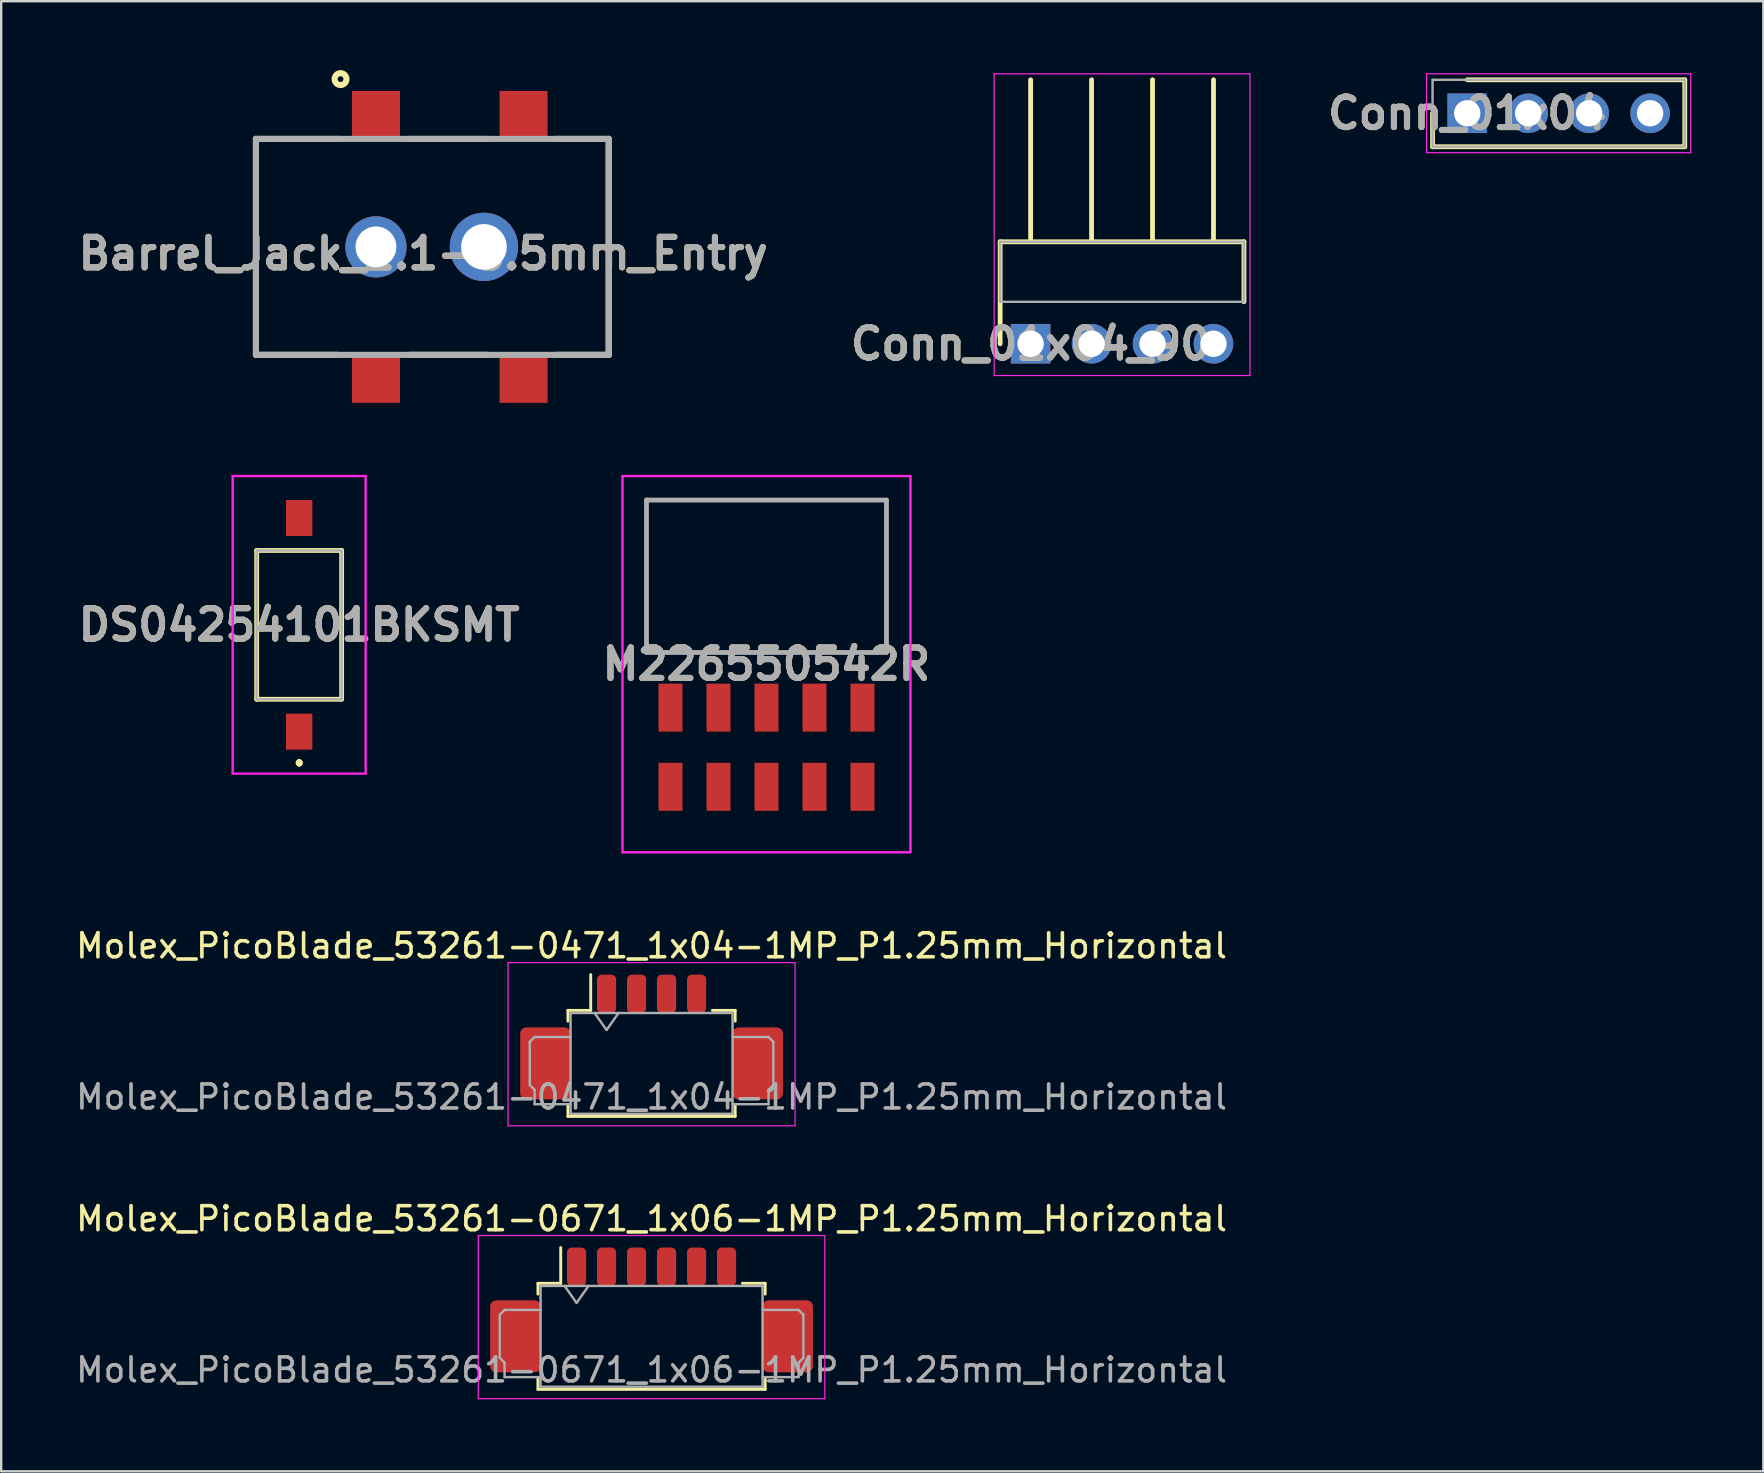
<source format=kicad_pcb>
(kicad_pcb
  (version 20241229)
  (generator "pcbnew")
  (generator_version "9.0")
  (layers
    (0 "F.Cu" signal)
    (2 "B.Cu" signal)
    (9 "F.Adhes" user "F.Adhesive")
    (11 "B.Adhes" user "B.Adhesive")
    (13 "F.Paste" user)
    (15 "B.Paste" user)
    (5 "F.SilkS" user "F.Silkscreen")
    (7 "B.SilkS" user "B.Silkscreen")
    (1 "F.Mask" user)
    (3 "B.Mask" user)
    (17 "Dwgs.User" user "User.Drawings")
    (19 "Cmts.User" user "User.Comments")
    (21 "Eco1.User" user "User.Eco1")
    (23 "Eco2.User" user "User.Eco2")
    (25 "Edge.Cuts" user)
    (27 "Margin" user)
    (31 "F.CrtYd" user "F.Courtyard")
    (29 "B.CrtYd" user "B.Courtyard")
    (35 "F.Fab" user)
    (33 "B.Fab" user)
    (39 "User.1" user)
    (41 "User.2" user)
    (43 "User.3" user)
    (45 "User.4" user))
  (footprint "Barrel_Jack_2.1-5.5mm_Entry"
    (layer "F.Cu")
    (at 7.616 11.738)
    (property "Reference" "Barrel_Jack_2.1-5.5mm_Entry" (at 6.971 -4.222 0) (layer "F.SilkS") (effects (font (size 1.27 1.27) (thickness 0.254))))
    (attr through_hole)
    (fp_line (start 0 -9) (end 3.503 -9) (stroke (width 0.254) (type solid)) (layer "F.SilkS"))
    (fp_line (start 0 0) (end 0 -9) (stroke (width 0.254) (type solid)) (layer "F.SilkS"))
    (fp_line (start 0 0) (end 3.391 0) (stroke (width 0.254) (type solid)) (layer "F.SilkS"))
    (fp_line (start 6.364 -9) (end 9.61 -9) (stroke (width 0.254) (type solid)) (layer "F.SilkS"))
    (fp_line (start 6.415 0) (end 9.661 0) (stroke (width 0.254) (type solid)) (layer "F.SilkS"))
    (fp_line (start 14.7 -9) (end 12.484 -9) (stroke (width 0.254) (type solid)) (layer "F.SilkS"))
    (fp_line (start 14.7 0) (end 12.507 0) (stroke (width 0.254) (type solid)) (layer "F.SilkS"))
    (fp_line (start 14.7 0) (end 14.7 -9) (stroke (width 0.254) (type solid)) (layer "F.SilkS"))
    (fp_circle (center 3.525 -11.492) (end 3.525 -11.372) (stroke (width 0.254) (type solid)) (fill no) (layer "F.SilkS"))
    (fp_line (start 0 -9) (end 14.7 -9) (stroke (width 0.254) (type solid)) (layer "F.Fab"))
    (fp_line (start 0 0) (end 0 -9) (stroke (width 0.254) (type solid)) (layer "F.Fab"))
    (fp_line (start 14.7 -9) (end 14.7 0) (stroke (width 0.254) (type solid)) (layer "F.Fab"))
    (fp_line (start 14.7 0) (end 0 0) (stroke (width 0.254) (type solid)) (layer "F.Fab"))
    (fp_text user "${REFERENCE}" (at 6.971 -4.222 0) (layer "F.Fab") (effects (font (size 1.27 1.27) (thickness 0.254))))
    (pad "1" smd rect (at 5 -10 90) (size 2 2) (layers "F.Cu" "F.Mask" "F.Paste"))
    (pad "2" smd rect (at 11.15 -10 90) (size 2 2) (layers "F.Cu" "F.Mask" "F.Paste"))
    (pad "3" smd rect (at 5 1 90) (size 2 2) (layers "F.Cu" "F.Mask" "F.Paste"))
    (pad "4" smd rect (at 11.15 1 90) (size 2 2) (layers "F.Cu" "F.Mask" "F.Paste"))
    (pad "5" thru_hole circle (at 5 -4.5) (size 2.55 2.55) (drill 1.7) (layers "*.Cu" "*.Mask"))
    (pad "6" thru_hole circle (at 9.5 -4.5) (size 2.85 2.85) (drill 1.9) (layers "*.Cu" "*.Mask")))
  (footprint "Conn_01x04_90"
    (layer "F.Cu")
    (at 39.897 11.275)
    (property "Reference" "Conn_01x04_90" (at 0 0 0) (layer "F.SilkS") (effects (font (size 1.27 1.27) (thickness 0.254))))
    (attr through_hole)
    (fp_line (start -1.27 -4.25) (end 8.89 -4.25) (stroke (width 0.2) (type solid)) (layer "F.SilkS"))
    (fp_line (start -1.27 0) (end -1.27 -4.25) (stroke (width 0.2) (type solid)) (layer "F.SilkS"))
    (fp_line (start 0 -4.25) (end 0 -11) (stroke (width 0.2) (type solid)) (layer "F.SilkS"))
    (fp_line (start 2.54 -4.25) (end 2.54 -11) (stroke (width 0.2) (type solid)) (layer "F.SilkS"))
    (fp_line (start 5.08 -4.25) (end 5.08 -11) (stroke (width 0.2) (type solid)) (layer "F.SilkS"))
    (fp_line (start 7.62 -4.25) (end 7.62 -11) (stroke (width 0.2) (type solid)) (layer "F.SilkS"))
    (fp_line (start 8.89 -4.25) (end 8.89 -1.75) (stroke (width 0.2) (type solid)) (layer "F.SilkS"))
    (fp_line (start -1.52 -11.25) (end -1.52 1.325) (stroke (width 0.05) (type solid)) (layer "F.CrtYd"))
    (fp_line (start -1.52 1.325) (end 9.14 1.325) (stroke (width 0.05) (type solid)) (layer "F.CrtYd"))
    (fp_line (start 9.14 -11.25) (end -1.52 -11.25) (stroke (width 0.05) (type solid)) (layer "F.CrtYd"))
    (fp_line (start 9.14 1.325) (end 9.14 -11.25) (stroke (width 0.05) (type solid)) (layer "F.CrtYd"))
    (fp_line (start -1.27 -4.25) (end 8.89 -4.25) (stroke (width 0.1) (type solid)) (layer "F.Fab"))
    (fp_line (start -1.27 -1.75) (end -1.27 -4.25) (stroke (width 0.1) (type solid)) (layer "F.Fab"))
    (fp_line (start 8.89 -4.25) (end 8.89 -1.75) (stroke (width 0.1) (type solid)) (layer "F.Fab"))
    (fp_line (start 8.89 -1.75) (end -1.27 -1.75) (stroke (width 0.1) (type solid)) (layer "F.Fab"))
    (fp_text user "${REFERENCE}" (at 0 0 0) (layer "F.Fab") (effects (font (size 1.27 1.27) (thickness 0.254))))
    (pad "1" thru_hole rect (at 0 0) (size 1.65 1.65) (drill 1.1) (layers "*.Cu" "*.Mask"))
    (pad "2" thru_hole circle (at 2.54 0) (size 1.65 1.65) (drill 1.1) (layers "*.Cu" "*.Mask"))
    (pad "3" thru_hole circle (at 5.08 0) (size 1.65 1.65) (drill 1.1) (layers "*.Cu" "*.Mask"))
    (pad "4" thru_hole circle (at 7.62 0) (size 1.65 1.65) (drill 1.1) (layers "*.Cu" "*.Mask")))
  (footprint "Conn_01x04"
    (layer "F.Cu")
    (at 58.091 1.67)
    (property "Reference" "Conn_01x04" (at 0 0 0) (layer "F.SilkS") (effects (font (size 1.27 1.27) (thickness 0.254))))
    (attr through_hole)
    (fp_line (start -1.445 0) (end -1.445 1.395) (stroke (width 0.2) (type solid)) (layer "F.SilkS"))
    (fp_line (start -1.445 1.395) (end 9.065 1.395) (stroke (width 0.2) (type solid)) (layer "F.SilkS"))
    (fp_line (start 9.065 -1.395) (end 0 -1.395) (stroke (width 0.2) (type solid)) (layer "F.SilkS"))
    (fp_line (start 9.065 1.395) (end 9.065 -1.395) (stroke (width 0.2) (type solid)) (layer "F.SilkS"))
    (fp_line (start -1.695 -1.645) (end 9.315 -1.645) (stroke (width 0.05) (type solid)) (layer "F.CrtYd"))
    (fp_line (start -1.695 1.645) (end -1.695 -1.645) (stroke (width 0.05) (type solid)) (layer "F.CrtYd"))
    (fp_line (start 9.315 -1.645) (end 9.315 1.645) (stroke (width 0.05) (type solid)) (layer "F.CrtYd"))
    (fp_line (start 9.315 1.645) (end -1.695 1.645) (stroke (width 0.05) (type solid)) (layer "F.CrtYd"))
    (fp_line (start -1.445 -1.395) (end 9.065 -1.395) (stroke (width 0.1) (type solid)) (layer "F.Fab"))
    (fp_line (start -1.445 1.395) (end -1.445 -1.395) (stroke (width 0.1) (type solid)) (layer "F.Fab"))
    (fp_line (start 9.065 -1.395) (end 9.065 1.395) (stroke (width 0.1) (type solid)) (layer "F.Fab"))
    (fp_line (start 9.065 1.395) (end -1.445 1.395) (stroke (width 0.1) (type solid)) (layer "F.Fab"))
    (fp_text user "${REFERENCE}" (at 0 0 0) (layer "F.Fab") (effects (font (size 1.27 1.27) (thickness 0.254))))
    (pad "1" thru_hole rect (at 0 0) (size 1.65 1.65) (drill 1.1) (layers "*.Cu" "*.Mask"))
    (pad "2" thru_hole circle (at 2.54 0) (size 1.65 1.65) (drill 1.1) (layers "*.Cu" "*.Mask"))
    (pad "3" thru_hole circle (at 5.08 0) (size 1.65 1.65) (drill 1.1) (layers "*.Cu" "*.Mask"))
    (pad "4" thru_hole circle (at 7.62 0) (size 1.65 1.65) (drill 1.1) (layers "*.Cu" "*.Mask")))
  (footprint "Molex_PicoBlade_53261-0471_1x04-1MP_P1.25mm_Horizontal"
    (layer "F.Cu")
    (at 24.101 40.763)
    (property "Reference" "Molex_PicoBlade_53261-0471_1x04-1MP_P1.25mm_Horizontal" (at 0 -4.4 0) (layer "F.SilkS") (effects (font (size 1 1) (thickness 0.15))))
    (attr smd)
    (fp_line (start -3.485 -1.71) (end -2.535 -1.71) (stroke (width 0.12) (type solid)) (layer "F.SilkS"))
    (fp_line (start -3.485 -1.26) (end -3.485 -1.71) (stroke (width 0.12) (type solid)) (layer "F.SilkS"))
    (fp_line (start -3.485 2.26) (end -3.485 2.71) (stroke (width 0.12) (type solid)) (layer "F.SilkS"))
    (fp_line (start -3.485 2.71) (end 3.485 2.71) (stroke (width 0.12) (type solid)) (layer "F.SilkS"))
    (fp_line (start -2.535 -1.71) (end -2.535 -3.2) (stroke (width 0.12) (type solid)) (layer "F.SilkS"))
    (fp_line (start 3.485 -1.71) (end 2.535 -1.71) (stroke (width 0.12) (type solid)) (layer "F.SilkS"))
    (fp_line (start 3.485 -1.26) (end 3.485 -1.71) (stroke (width 0.12) (type solid)) (layer "F.SilkS"))
    (fp_line (start 3.485 2.71) (end 3.485 2.26) (stroke (width 0.12) (type solid)) (layer "F.SilkS"))
    (fp_line (start -5.98 -3.7) (end -5.98 3.1) (stroke (width 0.05) (type solid)) (layer "F.CrtYd"))
    (fp_line (start -5.98 3.1) (end 5.98 3.1) (stroke (width 0.05) (type solid)) (layer "F.CrtYd"))
    (fp_line (start 5.98 -3.7) (end -5.98 -3.7) (stroke (width 0.05) (type solid)) (layer "F.CrtYd"))
    (fp_line (start 5.98 3.1) (end 5.98 -3.7) (stroke (width 0.05) (type solid)) (layer "F.CrtYd"))
    (fp_line (start -5.075 -0.4) (end -5.075 1.4) (stroke (width 0.1) (type solid)) (layer "F.Fab"))
    (fp_line (start -5.075 1.4) (end -4.875 1.6) (stroke (width 0.1) (type solid)) (layer "F.Fab"))
    (fp_line (start -4.875 -0.6) (end -5.075 -0.4) (stroke (width 0.1) (type solid)) (layer "F.Fab"))
    (fp_line (start -4.875 1.6) (end -4.875 2.2) (stroke (width 0.1) (type solid)) (layer "F.Fab"))
    (fp_line (start -4.875 2.2) (end -3.375 2.2) (stroke (width 0.1) (type solid)) (layer "F.Fab"))
    (fp_line (start -3.375 -1.6) (end -3.375 2.6) (stroke (width 0.1) (type solid)) (layer "F.Fab"))
    (fp_line (start -3.375 -1.6) (end 3.375 -1.6) (stroke (width 0.1) (type solid)) (layer "F.Fab"))
    (fp_line (start -3.375 -0.6) (end -4.875 -0.6) (stroke (width 0.1) (type solid)) (layer "F.Fab"))
    (fp_line (start -3.375 2.6) (end 3.375 2.6) (stroke (width 0.1) (type solid)) (layer "F.Fab"))
    (fp_line (start -2.375 -1.6) (end -1.875 -0.893) (stroke (width 0.1) (type solid)) (layer "F.Fab"))
    (fp_line (start -1.875 -0.893) (end -1.375 -1.6) (stroke (width 0.1) (type solid)) (layer "F.Fab"))
    (fp_line (start 3.375 -1.6) (end 3.375 2.6) (stroke (width 0.1) (type solid)) (layer "F.Fab"))
    (fp_line (start 3.375 -0.6) (end 4.875 -0.6) (stroke (width 0.1) (type solid)) (layer "F.Fab"))
    (fp_line (start 4.875 -0.6) (end 5.075 -0.4) (stroke (width 0.1) (type solid)) (layer "F.Fab"))
    (fp_line (start 4.875 1.6) (end 4.875 2.2) (stroke (width 0.1) (type solid)) (layer "F.Fab"))
    (fp_line (start 4.875 2.2) (end 3.375 2.2) (stroke (width 0.1) (type solid)) (layer "F.Fab"))
    (fp_line (start 5.075 -0.4) (end 5.075 1.4) (stroke (width 0.1) (type solid)) (layer "F.Fab"))
    (fp_line (start 5.075 1.4) (end 4.875 1.6) (stroke (width 0.1) (type solid)) (layer "F.Fab"))
    (fp_text user "${REFERENCE}" (at 0 1.9 0) (layer "F.Fab") (effects (font (size 1 1) (thickness 0.15))))
    (pad "1" smd roundrect (at -1.875 -2.4) (size 0.8 1.6) (layers "F.Cu" "F.Mask" "F.Paste") (roundrect_rratio 0.25))
    (pad "2" smd roundrect (at -0.625 -2.4) (size 0.8 1.6) (layers "F.Cu" "F.Mask" "F.Paste") (roundrect_rratio 0.25))
    (pad "3" smd roundrect (at 0.625 -2.4) (size 0.8 1.6) (layers "F.Cu" "F.Mask" "F.Paste") (roundrect_rratio 0.25))
    (pad "4" smd roundrect (at 1.875 -2.4) (size 0.8 1.6) (layers "F.Cu" "F.Mask" "F.Paste") (roundrect_rratio 0.25))
    (pad "MP" smd roundrect (at -4.425 0.5) (size 2.1 3) (layers "F.Cu" "F.Mask" "F.Paste") (roundrect_rratio 0.119))
    (pad "MP" smd roundrect (at 4.425 0.5) (size 2.1 3) (layers "F.Cu" "F.Mask" "F.Paste") (roundrect_rratio 0.119)))
  (footprint "Molex_PicoBlade_53261-0671_1x06-1MP_P1.25mm_Horizontal"
    (layer "F.Cu")
    (at 24.101 52.136)
    (property "Reference" "Molex_PicoBlade_53261-0671_1x06-1MP_P1.25mm_Horizontal" (at 0 -4.4 0) (layer "F.SilkS") (effects (font (size 1 1) (thickness 0.15))))
    (attr smd)
    (fp_line (start -4.735 -1.71) (end -3.785 -1.71) (stroke (width 0.12) (type solid)) (layer "F.SilkS"))
    (fp_line (start -4.735 -1.26) (end -4.735 -1.71) (stroke (width 0.12) (type solid)) (layer "F.SilkS"))
    (fp_line (start -4.735 2.26) (end -4.735 2.71) (stroke (width 0.12) (type solid)) (layer "F.SilkS"))
    (fp_line (start -4.735 2.71) (end 4.735 2.71) (stroke (width 0.12) (type solid)) (layer "F.SilkS"))
    (fp_line (start -3.785 -1.71) (end -3.785 -3.2) (stroke (width 0.12) (type solid)) (layer "F.SilkS"))
    (fp_line (start 4.735 -1.71) (end 3.785 -1.71) (stroke (width 0.12) (type solid)) (layer "F.SilkS"))
    (fp_line (start 4.735 -1.26) (end 4.735 -1.71) (stroke (width 0.12) (type solid)) (layer "F.SilkS"))
    (fp_line (start 4.735 2.71) (end 4.735 2.26) (stroke (width 0.12) (type solid)) (layer "F.SilkS"))
    (fp_line (start -7.22 -3.7) (end -7.22 3.1) (stroke (width 0.05) (type solid)) (layer "F.CrtYd"))
    (fp_line (start -7.22 3.1) (end 7.22 3.1) (stroke (width 0.05) (type solid)) (layer "F.CrtYd"))
    (fp_line (start 7.22 -3.7) (end -7.22 -3.7) (stroke (width 0.05) (type solid)) (layer "F.CrtYd"))
    (fp_line (start 7.22 3.1) (end 7.22 -3.7) (stroke (width 0.05) (type solid)) (layer "F.CrtYd"))
    (fp_line (start -6.325 -0.4) (end -6.325 1.4) (stroke (width 0.1) (type solid)) (layer "F.Fab"))
    (fp_line (start -6.325 1.4) (end -6.125 1.6) (stroke (width 0.1) (type solid)) (layer "F.Fab"))
    (fp_line (start -6.125 -0.6) (end -6.325 -0.4) (stroke (width 0.1) (type solid)) (layer "F.Fab"))
    (fp_line (start -6.125 1.6) (end -6.125 2.2) (stroke (width 0.1) (type solid)) (layer "F.Fab"))
    (fp_line (start -6.125 2.2) (end -4.625 2.2) (stroke (width 0.1) (type solid)) (layer "F.Fab"))
    (fp_line (start -4.625 -1.6) (end -4.625 2.6) (stroke (width 0.1) (type solid)) (layer "F.Fab"))
    (fp_line (start -4.625 -1.6) (end 4.625 -1.6) (stroke (width 0.1) (type solid)) (layer "F.Fab"))
    (fp_line (start -4.625 -0.6) (end -6.125 -0.6) (stroke (width 0.1) (type solid)) (layer "F.Fab"))
    (fp_line (start -4.625 2.6) (end 4.625 2.6) (stroke (width 0.1) (type solid)) (layer "F.Fab"))
    (fp_line (start -3.625 -1.6) (end -3.125 -0.893) (stroke (width 0.1) (type solid)) (layer "F.Fab"))
    (fp_line (start -3.125 -0.893) (end -2.625 -1.6) (stroke (width 0.1) (type solid)) (layer "F.Fab"))
    (fp_line (start 4.625 -1.6) (end 4.625 2.6) (stroke (width 0.1) (type solid)) (layer "F.Fab"))
    (fp_line (start 4.625 -0.6) (end 6.125 -0.6) (stroke (width 0.1) (type solid)) (layer "F.Fab"))
    (fp_line (start 6.125 -0.6) (end 6.325 -0.4) (stroke (width 0.1) (type solid)) (layer "F.Fab"))
    (fp_line (start 6.125 1.6) (end 6.125 2.2) (stroke (width 0.1) (type solid)) (layer "F.Fab"))
    (fp_line (start 6.125 2.2) (end 4.625 2.2) (stroke (width 0.1) (type solid)) (layer "F.Fab"))
    (fp_line (start 6.325 -0.4) (end 6.325 1.4) (stroke (width 0.1) (type solid)) (layer "F.Fab"))
    (fp_line (start 6.325 1.4) (end 6.125 1.6) (stroke (width 0.1) (type solid)) (layer "F.Fab"))
    (fp_text user "${REFERENCE}" (at 0 1.9 0) (layer "F.Fab") (effects (font (size 1 1) (thickness 0.15))))
    (pad "1" smd roundrect (at -3.125 -2.4) (size 0.8 1.6) (layers "F.Cu" "F.Mask" "F.Paste") (roundrect_rratio 0.25))
    (pad "2" smd roundrect (at -1.875 -2.4) (size 0.8 1.6) (layers "F.Cu" "F.Mask" "F.Paste") (roundrect_rratio 0.25))
    (pad "3" smd roundrect (at -0.625 -2.4) (size 0.8 1.6) (layers "F.Cu" "F.Mask" "F.Paste") (roundrect_rratio 0.25))
    (pad "4" smd roundrect (at 0.625 -2.4) (size 0.8 1.6) (layers "F.Cu" "F.Mask" "F.Paste") (roundrect_rratio 0.25))
    (pad "5" smd roundrect (at 1.875 -2.4) (size 0.8 1.6) (layers "F.Cu" "F.Mask" "F.Paste") (roundrect_rratio 0.25))
    (pad "6" smd roundrect (at 3.125 -2.4) (size 0.8 1.6) (layers "F.Cu" "F.Mask" "F.Paste") (roundrect_rratio 0.25))
    (pad "MP" smd roundrect (at -5.675 0.5) (size 2.1 3) (layers "F.Cu" "F.Mask" "F.Paste") (roundrect_rratio 0.119))
    (pad "MP" smd roundrect (at 5.675 0.5) (size 2.1 3) (layers "F.Cu" "F.Mask" "F.Paste") (roundrect_rratio 0.119)))
  (footprint "DS04254101BKSMT"
    (layer "F.Cu")
    (at 9.416 22.988)
    (property "Reference" "DS04254101BKSMT" (at 0 0 0) (layer "F.SilkS") (effects (font (size 1.27 1.27) (thickness 0.254))))
    (attr smd)
    (fp_line (start -1.77 -3.1) (end 1.77 -3.1) (stroke (width 0.2) (type solid)) (layer "F.SilkS"))
    (fp_line (start -1.77 3.1) (end -1.77 -3.1) (stroke (width 0.2) (type solid)) (layer "F.SilkS"))
    (fp_line (start 0 5.7) (end 0 5.7) (stroke (width 0.2) (type solid)) (layer "F.SilkS"))
    (fp_line (start 0 5.8) (end 0 5.8) (stroke (width 0.2) (type solid)) (layer "F.SilkS"))
    (fp_line (start 0 5.8) (end 0 5.8) (stroke (width 0.2) (type solid)) (layer "F.SilkS"))
    (fp_line (start 1.77 -3.1) (end 1.77 3.1) (stroke (width 0.2) (type solid)) (layer "F.SilkS"))
    (fp_line (start 1.77 3.1) (end -1.77 3.1) (stroke (width 0.2) (type solid)) (layer "F.SilkS"))
    (fp_arc (start 0 5.7) (mid 0.05 5.75) (end 0 5.8) (stroke (width 0.2) (type solid)) (layer "F.SilkS"))
    (fp_arc (start 0 5.7) (mid 0.05 5.75) (end 0 5.8) (stroke (width 0.2) (type solid)) (layer "F.SilkS"))
    (fp_arc (start 0 5.8) (mid -0.05 5.75) (end 0 5.7) (stroke (width 0.2) (type solid)) (layer "F.SilkS"))
    (fp_line (start -2.77 -6.2) (end 2.77 -6.2) (stroke (width 0.1) (type solid)) (layer "F.CrtYd"))
    (fp_line (start -2.77 6.2) (end -2.77 -6.2) (stroke (width 0.1) (type solid)) (layer "F.CrtYd"))
    (fp_line (start 2.77 -6.2) (end 2.77 6.2) (stroke (width 0.1) (type solid)) (layer "F.CrtYd"))
    (fp_line (start 2.77 6.2) (end -2.77 6.2) (stroke (width 0.1) (type solid)) (layer "F.CrtYd"))
    (fp_line (start -1.77 -3.1) (end -1.77 3.1) (stroke (width 0.1) (type solid)) (layer "F.Fab"))
    (fp_line (start -1.77 3.1) (end 1.77 3.1) (stroke (width 0.1) (type solid)) (layer "F.Fab"))
    (fp_line (start 1.77 -3.1) (end -1.77 -3.1) (stroke (width 0.1) (type solid)) (layer "F.Fab"))
    (fp_line (start 1.77 3.1) (end 1.77 -3.1) (stroke (width 0.1) (type solid)) (layer "F.Fab"))
    (fp_text user "${REFERENCE}" (at 0 0 0) (layer "F.Fab") (effects (font (size 1.27 1.27) (thickness 0.254))))
    (pad "1" smd rect (at 0 4.45) (size 1.1 1.5) (layers "F.Cu" "F.Mask" "F.Paste"))
    (pad "2" smd rect (at 0 -4.45) (size 1.1 1.5) (layers "F.Cu" "F.Mask" "F.Paste")))
  (footprint "M226550542R"
    (layer "F.Cu")
    (at 28.89 24.626)
    (property "Reference" "M226550542R" (at 0 0 0) (layer "F.SilkS") (effects (font (size 1.27 1.27) (thickness 0.254))))
    (attr smd)
    (fp_line (start -5 -6.838) (end 5 -6.838) (stroke (width 0.1) (type solid)) (layer "F.SilkS"))
    (fp_line (start -5 -0.488) (end -5 -6.838) (stroke (width 0.1) (type solid)) (layer "F.SilkS"))
    (fp_line (start 5 -6.838) (end 5 -0.488) (stroke (width 0.1) (type solid)) (layer "F.SilkS"))
    (fp_line (start 5 -0.488) (end -5 -0.488) (stroke (width 0.1) (type solid)) (layer "F.SilkS"))
    (fp_line (start -6 -7.838) (end 6 -7.838) (stroke (width 0.1) (type solid)) (layer "F.CrtYd"))
    (fp_line (start -6 7.838) (end -6 -7.838) (stroke (width 0.1) (type solid)) (layer "F.CrtYd"))
    (fp_line (start 6 -7.838) (end 6 7.838) (stroke (width 0.1) (type solid)) (layer "F.CrtYd"))
    (fp_line (start 6 7.838) (end -6 7.838) (stroke (width 0.1) (type solid)) (layer "F.CrtYd"))
    (fp_line (start -5 -6.838) (end -5 -0.488) (stroke (width 0.2) (type solid)) (layer "F.Fab"))
    (fp_line (start -5 -0.488) (end 5 -0.488) (stroke (width 0.2) (type solid)) (layer "F.Fab"))
    (fp_line (start 5 -6.838) (end -5 -6.838) (stroke (width 0.2) (type solid)) (layer "F.Fab"))
    (fp_line (start 5 -0.488) (end 5 -6.838) (stroke (width 0.2) (type solid)) (layer "F.Fab"))
    (fp_text user "${REFERENCE}" (at 0 0 0) (layer "F.Fab") (effects (font (size 1.27 1.27) (thickness 0.254))))
    (pad "1" smd rect (at -4 5.113) (size 1 2) (layers "F.Cu" "F.Mask" "F.Paste"))
    (pad "2" smd rect (at -4 1.812) (size 1 2) (layers "F.Cu" "F.Mask" "F.Paste"))
    (pad "3" smd rect (at -2 5.113) (size 1 2) (layers "F.Cu" "F.Mask" "F.Paste"))
    (pad "4" smd rect (at -2 1.812) (size 1 2) (layers "F.Cu" "F.Mask" "F.Paste"))
    (pad "5" smd rect (at 0 5.113) (size 1 2) (layers "F.Cu" "F.Mask" "F.Paste"))
    (pad "6" smd rect (at 0 1.812) (size 1 2) (layers "F.Cu" "F.Mask" "F.Paste"))
    (pad "7" smd rect (at 2 5.113) (size 1 2) (layers "F.Cu" "F.Mask" "F.Paste"))
    (pad "8" smd rect (at 2 1.812) (size 1 2) (layers "F.Cu" "F.Mask" "F.Paste"))
    (pad "9" smd rect (at 4 5.113) (size 1 2) (layers "F.Cu" "F.Mask" "F.Paste"))
    (pad "10" smd rect (at 4 1.812) (size 1 2) (layers "F.Cu" "F.Mask" "F.Paste")))
  (gr_rect
    (start -3 -3)
    (end 70.431 58.261)
    (stroke (width 0.1) (type default))
    (fill no)
    (layer "Edge.Cuts")))
</source>
